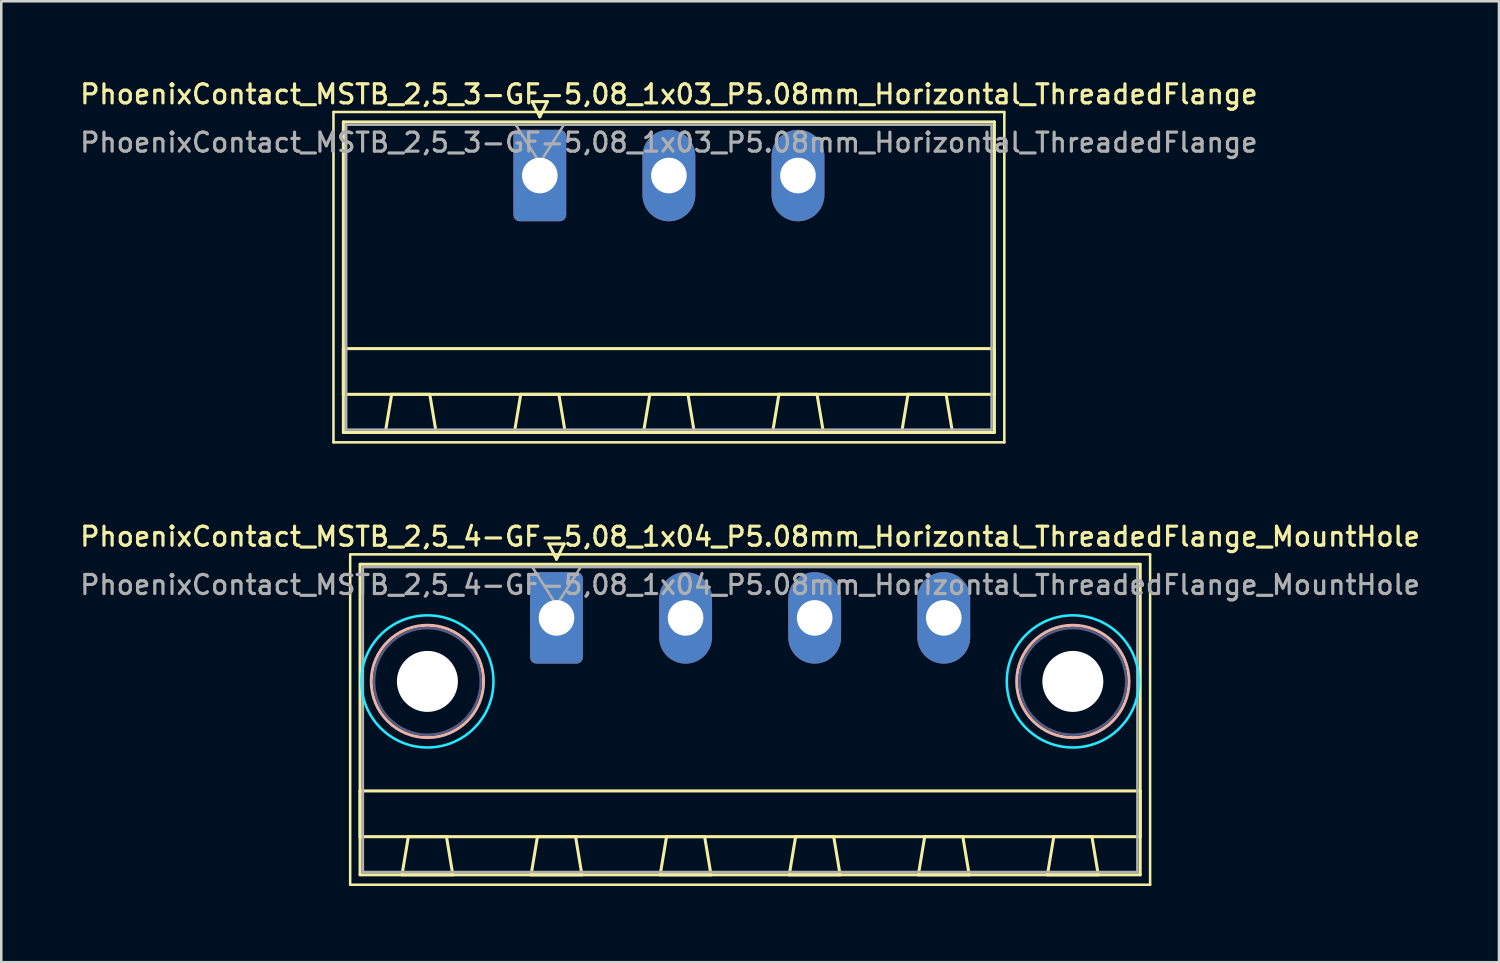
<source format=kicad_pcb>
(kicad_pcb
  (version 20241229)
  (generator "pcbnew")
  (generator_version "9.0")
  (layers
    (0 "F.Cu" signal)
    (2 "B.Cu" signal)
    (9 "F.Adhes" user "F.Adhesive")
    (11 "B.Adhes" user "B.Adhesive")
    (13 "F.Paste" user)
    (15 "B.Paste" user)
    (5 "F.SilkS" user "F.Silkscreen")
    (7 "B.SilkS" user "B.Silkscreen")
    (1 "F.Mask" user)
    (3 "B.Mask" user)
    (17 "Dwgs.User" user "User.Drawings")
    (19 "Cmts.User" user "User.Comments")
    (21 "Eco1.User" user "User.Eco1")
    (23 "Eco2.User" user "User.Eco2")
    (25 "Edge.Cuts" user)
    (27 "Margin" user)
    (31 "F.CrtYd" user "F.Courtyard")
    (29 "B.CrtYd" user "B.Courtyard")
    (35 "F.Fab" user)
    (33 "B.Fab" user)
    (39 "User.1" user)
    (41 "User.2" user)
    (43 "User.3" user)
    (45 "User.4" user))
  (footprint "PhoenixContact_MSTB_2,5_4-GF-5,08_1x04_P5.08mm_Horizontal_ThreadedFlange_MountHole"
    (layer "F.Cu")
    (at 18.85 21.266)
    (property "Reference" "PhoenixContact_MSTB_2,5_4-GF-5,08_1x04_P5.08mm_Horizontal_ThreadedFlange_MountHole" (at 7.62 -3.2 0) (layer "F.SilkS") (effects (font (size 0.75 0.75) (thickness 0.125))))
    (attr through_hole)
    (fp_line (start -8.12 -2.5) (end -8.12 10.5) (stroke (width 0.1) (type solid)) (layer "F.SilkS"))
    (fp_line (start -8.12 10.5) (end 23.36 10.5) (stroke (width 0.1) (type solid)) (layer "F.SilkS"))
    (fp_line (start -7.73 -2.11) (end -7.73 10.11) (stroke (width 0.12) (type solid)) (layer "F.SilkS"))
    (fp_line (start -7.73 6.81) (end 22.97 6.81) (stroke (width 0.12) (type solid)) (layer "F.SilkS"))
    (fp_line (start -7.73 8.61) (end -7.73 6.81) (stroke (width 0.12) (type solid)) (layer "F.SilkS"))
    (fp_line (start -7.73 10.11) (end 22.97 10.11) (stroke (width 0.12) (type solid)) (layer "F.SilkS"))
    (fp_line (start -6.08 10.11) (end -4.08 10.11) (stroke (width 0.12) (type solid)) (layer "F.SilkS"))
    (fp_line (start -5.83 8.61) (end -6.08 10.11) (stroke (width 0.12) (type solid)) (layer "F.SilkS"))
    (fp_line (start -4.33 8.61) (end -5.83 8.61) (stroke (width 0.12) (type solid)) (layer "F.SilkS"))
    (fp_line (start -4.08 10.11) (end -4.33 8.61) (stroke (width 0.12) (type solid)) (layer "F.SilkS"))
    (fp_line (start -1 10.11) (end 1 10.11) (stroke (width 0.12) (type solid)) (layer "F.SilkS"))
    (fp_line (start -0.75 8.61) (end -1 10.11) (stroke (width 0.12) (type solid)) (layer "F.SilkS"))
    (fp_line (start -0.3 -2.91) (end 0.3 -2.91) (stroke (width 0.12) (type solid)) (layer "F.SilkS"))
    (fp_line (start 0 -2.31) (end -0.3 -2.91) (stroke (width 0.12) (type solid)) (layer "F.SilkS"))
    (fp_line (start 0.3 -2.91) (end 0 -2.31) (stroke (width 0.12) (type solid)) (layer "F.SilkS"))
    (fp_line (start 0.75 8.61) (end -0.75 8.61) (stroke (width 0.12) (type solid)) (layer "F.SilkS"))
    (fp_line (start 1 10.11) (end 0.75 8.61) (stroke (width 0.12) (type solid)) (layer "F.SilkS"))
    (fp_line (start 4.08 10.11) (end 6.08 10.11) (stroke (width 0.12) (type solid)) (layer "F.SilkS"))
    (fp_line (start 4.33 8.61) (end 4.08 10.11) (stroke (width 0.12) (type solid)) (layer "F.SilkS"))
    (fp_line (start 5.83 8.61) (end 4.33 8.61) (stroke (width 0.12) (type solid)) (layer "F.SilkS"))
    (fp_line (start 6.08 10.11) (end 5.83 8.61) (stroke (width 0.12) (type solid)) (layer "F.SilkS"))
    (fp_line (start 9.16 10.11) (end 11.16 10.11) (stroke (width 0.12) (type solid)) (layer "F.SilkS"))
    (fp_line (start 9.41 8.61) (end 9.16 10.11) (stroke (width 0.12) (type solid)) (layer "F.SilkS"))
    (fp_line (start 10.91 8.61) (end 9.41 8.61) (stroke (width 0.12) (type solid)) (layer "F.SilkS"))
    (fp_line (start 11.16 10.11) (end 10.91 8.61) (stroke (width 0.12) (type solid)) (layer "F.SilkS"))
    (fp_line (start 14.24 10.11) (end 16.24 10.11) (stroke (width 0.12) (type solid)) (layer "F.SilkS"))
    (fp_line (start 14.49 8.61) (end 14.24 10.11) (stroke (width 0.12) (type solid)) (layer "F.SilkS"))
    (fp_line (start 15.99 8.61) (end 14.49 8.61) (stroke (width 0.12) (type solid)) (layer "F.SilkS"))
    (fp_line (start 16.24 10.11) (end 15.99 8.61) (stroke (width 0.12) (type solid)) (layer "F.SilkS"))
    (fp_line (start 19.32 10.11) (end 21.32 10.11) (stroke (width 0.12) (type solid)) (layer "F.SilkS"))
    (fp_line (start 19.57 8.61) (end 19.32 10.11) (stroke (width 0.12) (type solid)) (layer "F.SilkS"))
    (fp_line (start 21.07 8.61) (end 19.57 8.61) (stroke (width 0.12) (type solid)) (layer "F.SilkS"))
    (fp_line (start 21.32 10.11) (end 21.07 8.61) (stroke (width 0.12) (type solid)) (layer "F.SilkS"))
    (fp_line (start 22.97 -2.11) (end -7.73 -2.11) (stroke (width 0.12) (type solid)) (layer "F.SilkS"))
    (fp_line (start 22.97 6.81) (end 22.97 8.61) (stroke (width 0.12) (type solid)) (layer "F.SilkS"))
    (fp_line (start 22.97 8.61) (end -7.73 8.61) (stroke (width 0.12) (type solid)) (layer "F.SilkS"))
    (fp_line (start 22.97 10.11) (end 22.97 -2.11) (stroke (width 0.12) (type solid)) (layer "F.SilkS"))
    (fp_line (start 23.36 -2.5) (end -8.12 -2.5) (stroke (width 0.1) (type solid)) (layer "F.SilkS"))
    (fp_line (start 23.36 10.5) (end 23.36 -2.5) (stroke (width 0.1) (type solid)) (layer "F.SilkS"))
    (fp_circle (center -5.08 2.5) (end -2.87 2.5) (stroke (width 0.12) (type solid)) (fill no) (layer "B.SilkS"))
    (fp_circle (center 20.32 2.5) (end 22.53 2.5) (stroke (width 0.12) (type solid)) (fill no) (layer "B.SilkS"))
    (fp_circle (center -5.08 2.5) (end -2.48 2.5) (stroke (width 0.1) (type solid)) (fill no) (layer "B.CrtYd"))
    (fp_circle (center 20.32 2.5) (end 22.92 2.5) (stroke (width 0.1) (type solid)) (fill no) (layer "B.CrtYd"))
    (fp_circle (center -5.08 2.5) (end -2.98 2.5) (stroke (width 0.1) (type solid)) (fill no) (layer "B.Fab"))
    (fp_circle (center 20.32 2.5) (end 22.42 2.5) (stroke (width 0.1) (type solid)) (fill no) (layer "B.Fab"))
    (fp_line (start -7.62 -2) (end -7.62 10) (stroke (width 0.1) (type solid)) (layer "F.Fab"))
    (fp_line (start -7.62 10) (end 22.86 10) (stroke (width 0.1) (type solid)) (layer "F.Fab"))
    (fp_line (start 0 -0.5) (end -0.95 -2) (stroke (width 0.1) (type solid)) (layer "F.Fab"))
    (fp_line (start 0.95 -2) (end 0 -0.5) (stroke (width 0.1) (type solid)) (layer "F.Fab"))
    (fp_line (start 22.86 -2) (end -7.62 -2) (stroke (width 0.1) (type solid)) (layer "F.Fab"))
    (fp_line (start 22.86 10) (end 22.86 -2) (stroke (width 0.1) (type solid)) (layer "F.Fab"))
    (fp_text user "${REFERENCE}" (at 7.62 -1.3 0) (layer "F.Fab") (effects (font (size 0.75 0.75) (thickness 0.125))))
    (pad "" np_thru_hole circle (at -5.08 2.5) (size 2.4 2.4) (drill 2.4) (layers "*.Cu" "*.Mask"))
    (pad "" np_thru_hole circle (at 20.32 2.5) (size 2.4 2.4) (drill 2.4) (layers "*.Cu" "*.Mask"))
    (pad "1" thru_hole roundrect (at 0 0) (size 2.08 3.6) (drill 1.4) (layers "*.Cu" "*.Mask") (roundrect_rratio 0.12))
    (pad "2" thru_hole oval (at 5.08 0) (size 2.08 3.6) (drill 1.4) (layers "*.Cu" "*.Mask"))
    (pad "3" thru_hole oval (at 10.16 0) (size 2.08 3.6) (drill 1.4) (layers "*.Cu" "*.Mask"))
    (pad "4" thru_hole oval (at 15.24 0) (size 2.08 3.6) (drill 1.4) (layers "*.Cu" "*.Mask")))
  (footprint "PhoenixContact_MSTB_2,5_3-GF-5,08_1x03_P5.08mm_Horizontal_ThreadedFlange"
    (layer "F.Cu")
    (at 18.193 3.858)
    (property "Reference" "PhoenixContact_MSTB_2,5_3-GF-5,08_1x03_P5.08mm_Horizontal_ThreadedFlange" (at 5.08 -3.2 0) (layer "F.SilkS") (effects (font (size 0.75 0.75) (thickness 0.125))))
    (attr through_hole)
    (fp_line (start -8.12 -2.5) (end -8.12 10.5) (stroke (width 0.1) (type solid)) (layer "F.SilkS"))
    (fp_line (start -8.12 10.5) (end 18.28 10.5) (stroke (width 0.1) (type solid)) (layer "F.SilkS"))
    (fp_line (start -7.73 -2.11) (end -7.73 10.11) (stroke (width 0.12) (type solid)) (layer "F.SilkS"))
    (fp_line (start -7.73 6.81) (end 17.89 6.81) (stroke (width 0.12) (type solid)) (layer "F.SilkS"))
    (fp_line (start -7.73 8.61) (end -7.73 6.81) (stroke (width 0.12) (type solid)) (layer "F.SilkS"))
    (fp_line (start -7.73 10.11) (end 17.89 10.11) (stroke (width 0.12) (type solid)) (layer "F.SilkS"))
    (fp_line (start -6.08 10.11) (end -4.08 10.11) (stroke (width 0.12) (type solid)) (layer "F.SilkS"))
    (fp_line (start -5.83 8.61) (end -6.08 10.11) (stroke (width 0.12) (type solid)) (layer "F.SilkS"))
    (fp_line (start -4.33 8.61) (end -5.83 8.61) (stroke (width 0.12) (type solid)) (layer "F.SilkS"))
    (fp_line (start -4.08 10.11) (end -4.33 8.61) (stroke (width 0.12) (type solid)) (layer "F.SilkS"))
    (fp_line (start -1 10.11) (end 1 10.11) (stroke (width 0.12) (type solid)) (layer "F.SilkS"))
    (fp_line (start -0.75 8.61) (end -1 10.11) (stroke (width 0.12) (type solid)) (layer "F.SilkS"))
    (fp_line (start -0.3 -2.91) (end 0.3 -2.91) (stroke (width 0.12) (type solid)) (layer "F.SilkS"))
    (fp_line (start 0 -2.31) (end -0.3 -2.91) (stroke (width 0.12) (type solid)) (layer "F.SilkS"))
    (fp_line (start 0.3 -2.91) (end 0 -2.31) (stroke (width 0.12) (type solid)) (layer "F.SilkS"))
    (fp_line (start 0.75 8.61) (end -0.75 8.61) (stroke (width 0.12) (type solid)) (layer "F.SilkS"))
    (fp_line (start 1 10.11) (end 0.75 8.61) (stroke (width 0.12) (type solid)) (layer "F.SilkS"))
    (fp_line (start 4.08 10.11) (end 6.08 10.11) (stroke (width 0.12) (type solid)) (layer "F.SilkS"))
    (fp_line (start 4.33 8.61) (end 4.08 10.11) (stroke (width 0.12) (type solid)) (layer "F.SilkS"))
    (fp_line (start 5.83 8.61) (end 4.33 8.61) (stroke (width 0.12) (type solid)) (layer "F.SilkS"))
    (fp_line (start 6.08 10.11) (end 5.83 8.61) (stroke (width 0.12) (type solid)) (layer "F.SilkS"))
    (fp_line (start 9.16 10.11) (end 11.16 10.11) (stroke (width 0.12) (type solid)) (layer "F.SilkS"))
    (fp_line (start 9.41 8.61) (end 9.16 10.11) (stroke (width 0.12) (type solid)) (layer "F.SilkS"))
    (fp_line (start 10.91 8.61) (end 9.41 8.61) (stroke (width 0.12) (type solid)) (layer "F.SilkS"))
    (fp_line (start 11.16 10.11) (end 10.91 8.61) (stroke (width 0.12) (type solid)) (layer "F.SilkS"))
    (fp_line (start 14.24 10.11) (end 16.24 10.11) (stroke (width 0.12) (type solid)) (layer "F.SilkS"))
    (fp_line (start 14.49 8.61) (end 14.24 10.11) (stroke (width 0.12) (type solid)) (layer "F.SilkS"))
    (fp_line (start 15.99 8.61) (end 14.49 8.61) (stroke (width 0.12) (type solid)) (layer "F.SilkS"))
    (fp_line (start 16.24 10.11) (end 15.99 8.61) (stroke (width 0.12) (type solid)) (layer "F.SilkS"))
    (fp_line (start 17.89 -2.11) (end -7.73 -2.11) (stroke (width 0.12) (type solid)) (layer "F.SilkS"))
    (fp_line (start 17.89 6.81) (end 17.89 8.61) (stroke (width 0.12) (type solid)) (layer "F.SilkS"))
    (fp_line (start 17.89 8.61) (end -7.73 8.61) (stroke (width 0.12) (type solid)) (layer "F.SilkS"))
    (fp_line (start 17.89 10.11) (end 17.89 -2.11) (stroke (width 0.12) (type solid)) (layer "F.SilkS"))
    (fp_line (start 18.28 -2.5) (end -8.12 -2.5) (stroke (width 0.1) (type solid)) (layer "F.SilkS"))
    (fp_line (start 18.28 10.5) (end 18.28 -2.5) (stroke (width 0.1) (type solid)) (layer "F.SilkS"))
    (fp_line (start -7.62 -2) (end -7.62 10) (stroke (width 0.1) (type solid)) (layer "F.Fab"))
    (fp_line (start -7.62 10) (end 17.78 10) (stroke (width 0.1) (type solid)) (layer "F.Fab"))
    (fp_line (start 0 -0.5) (end -0.95 -2) (stroke (width 0.1) (type solid)) (layer "F.Fab"))
    (fp_line (start 0.95 -2) (end 0 -0.5) (stroke (width 0.1) (type solid)) (layer "F.Fab"))
    (fp_line (start 17.78 -2) (end -7.62 -2) (stroke (width 0.1) (type solid)) (layer "F.Fab"))
    (fp_line (start 17.78 10) (end 17.78 -2) (stroke (width 0.1) (type solid)) (layer "F.Fab"))
    (fp_text user "${REFERENCE}" (at 5.08 -1.3 0) (layer "F.Fab") (effects (font (size 0.75 0.75) (thickness 0.125))))
    (pad "1" thru_hole roundrect (at 0 0) (size 2.08 3.6) (drill 1.4) (layers "*.Cu" "*.Mask") (roundrect_rratio 0.12))
    (pad "2" thru_hole oval (at 5.08 0) (size 2.08 3.6) (drill 1.4) (layers "*.Cu" "*.Mask"))
    (pad "3" thru_hole oval (at 10.16 0) (size 2.08 3.6) (drill 1.4) (layers "*.Cu" "*.Mask")))
  (gr_rect
    (start -3 -3)
    (end 55.939 34.816)
    (stroke (width 0.1) (type default))
    (fill no)
    (layer "Edge.Cuts")))
</source>
